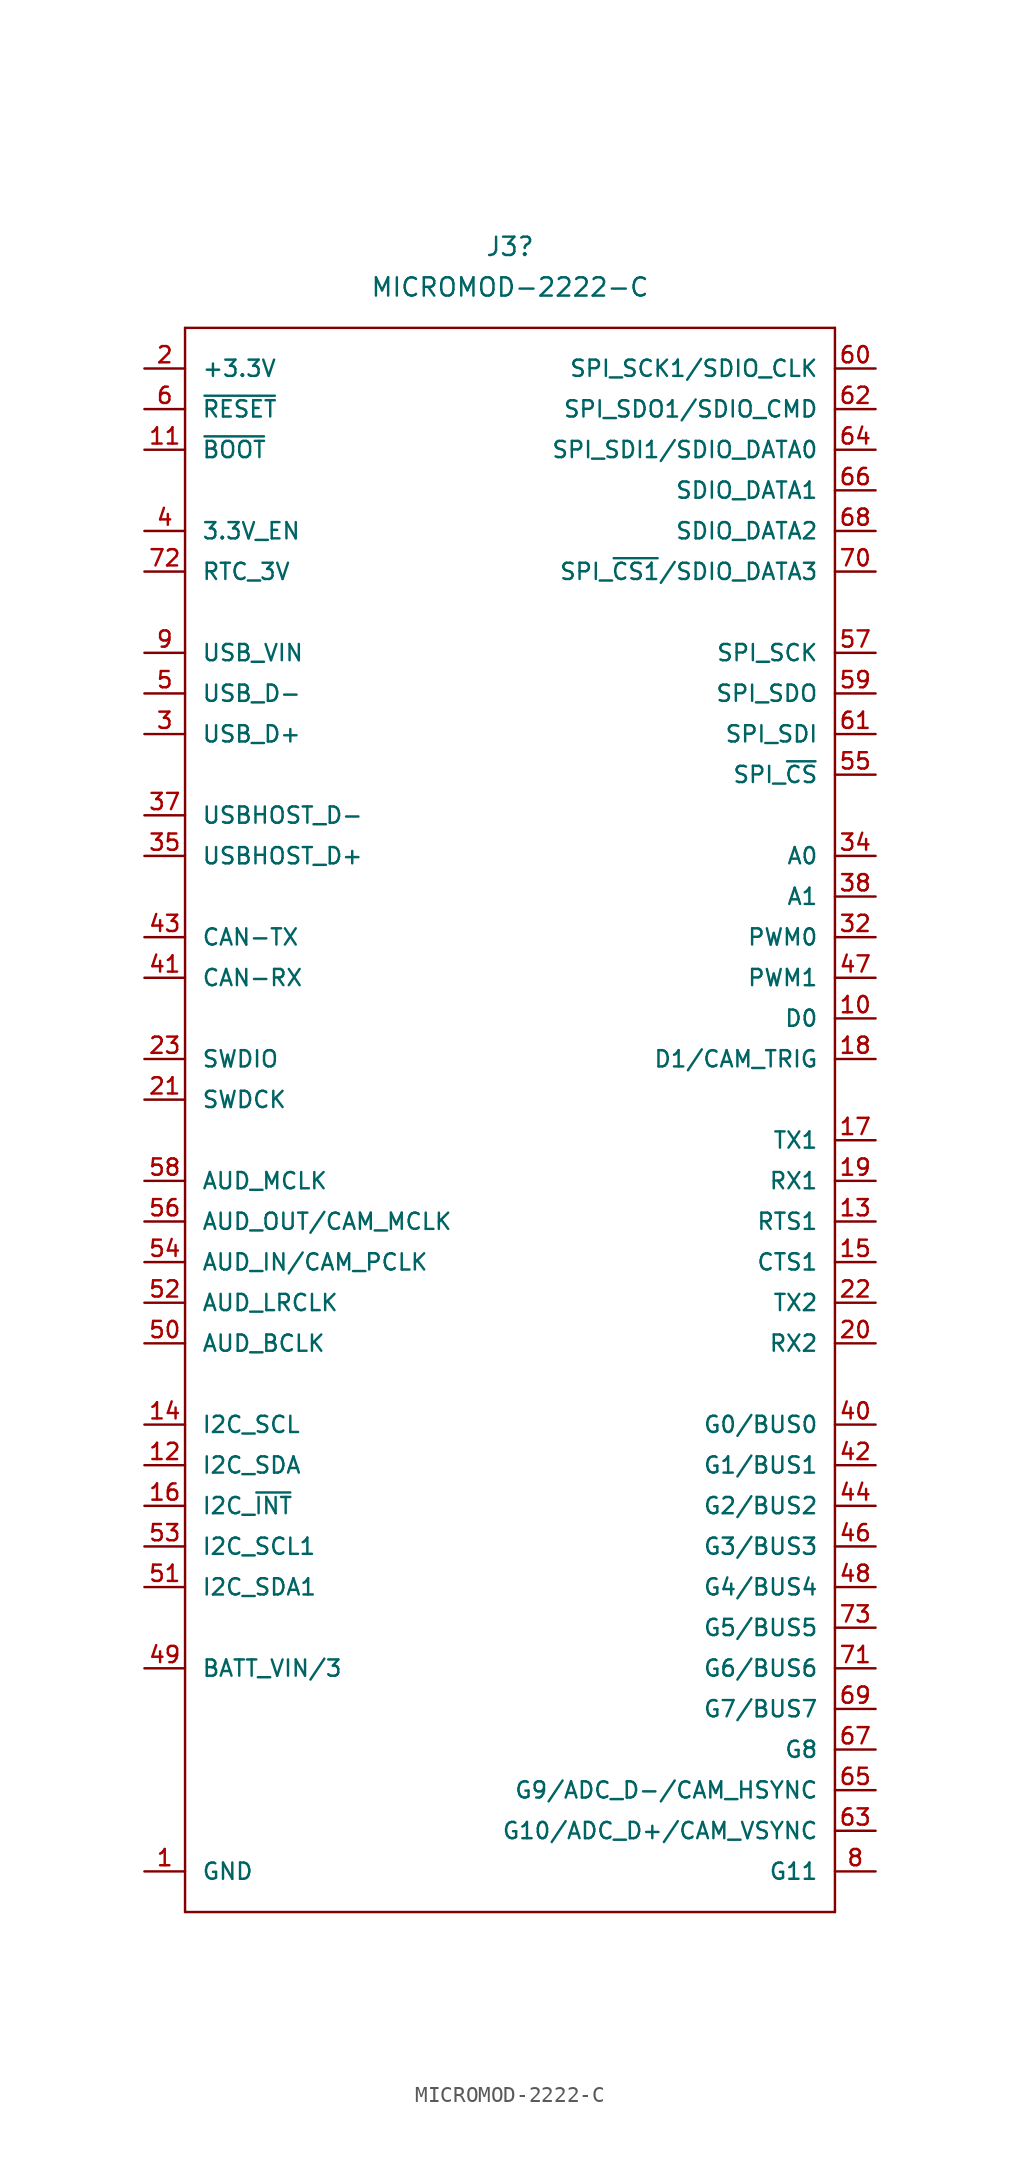
<source format=kicad_sym>
(kicad_symbol_lib
  (version 20211014)
  (generator kicad_symbol_editor)
  (symbol "MICROMOD-2222-C"
    (pin_names
      (offset 1.016))
    (property "Reference" "J3"
      (at 0 58.42 0)
      (effects (font (size 1.143 1.143))))
    (property "Value" "MICROMOD-2222-C"
      (at 0 55.88 0)
      (effects (font (size 1.143 1.143))))
    (property "ki_locked" ""
      (at 0 0 0)
      (effects (font (size 1.27 1.27))))
    (symbol "MICROMOD-2222-C_1_0"
      (polyline (pts (xy -20.32 -45.72) (xy -20.32 53.34)) (stroke (width 0) (type default) (color 0 0 0 0)) (fill (type none)))
      (polyline (pts (xy -20.32 53.34) (xy 20.32 53.34)) (stroke (width 0) (type default) (color 0 0 0 0)) (fill (type none)))
      (polyline (pts (xy 20.32 -45.72) (xy -20.32 -45.72)) (stroke (width 0) (type default) (color 0 0 0 0)) (fill (type none)))
      (polyline (pts (xy 20.32 53.34) (xy 20.32 -45.72)) (stroke (width 0) (type default) (color 0 0 0 0)) (fill (type none))))
    (symbol "MICROMOD-2222-C_1_1"
      (pin power_in line (at -22.86 -43.18 0) (length 2.54) (name "GND" (effects (font (size 1.016 1.016)))) (number "1" (effects (font (size 1.016 1.016)))))
      (pin bidirectional line (at 22.86 10.16 180) (length 2.54) (name "D0" (effects (font (size 1.016 1.016)))) (number "10" (effects (font (size 1.016 1.016)))))
      (pin bidirectional line (at -22.86 45.72 0) (length 2.54) (name "~{BOOT}" (effects (font (size 1.016 1.016)))) (number "11" (effects (font (size 1.016 1.016)))))
      (pin bidirectional line (at -22.86 -17.78 0) (length 2.54) (name "I2C_SDA" (effects (font (size 1.016 1.016)))) (number "12" (effects (font (size 1.016 1.016)))))
      (pin bidirectional line (at 22.86 -2.54 180) (length 2.54) (name "RTS1" (effects (font (size 1.016 1.016)))) (number "13" (effects (font (size 1.016 1.016)))))
      (pin bidirectional line (at -22.86 -15.24 0) (length 2.54) (name "I2C_SCL" (effects (font (size 1.016 1.016)))) (number "14" (effects (font (size 1.016 1.016)))))
      (pin bidirectional line (at 22.86 -5.08 180) (length 2.54) (name "CTS1" (effects (font (size 1.016 1.016)))) (number "15" (effects (font (size 1.016 1.016)))))
      (pin bidirectional line (at -22.86 -20.32 0) (length 2.54) (name "I2C_~{INT}" (effects (font (size 1.016 1.016)))) (number "16" (effects (font (size 1.016 1.016)))))
      (pin bidirectional line (at 22.86 2.54 180) (length 2.54) (name "TX1" (effects (font (size 1.016 1.016)))) (number "17" (effects (font (size 1.016 1.016)))))
      (pin bidirectional line (at 22.86 7.62 180) (length 2.54) (name "D1/CAM_TRIG" (effects (font (size 1.016 1.016)))) (number "18" (effects (font (size 1.016 1.016)))))
      (pin bidirectional line (at 22.86 0 180) (length 2.54) (name "RX1" (effects (font (size 1.016 1.016)))) (number "19" (effects (font (size 1.016 1.016)))))
      (pin power_in line (at -22.86 50.8 0) (length 2.54) (name "+3.3V" (effects (font (size 1.016 1.016)))) (number "2" (effects (font (size 1.016 1.016)))))
      (pin bidirectional line (at 22.86 -10.16 180) (length 2.54) (name "RX2" (effects (font (size 1.016 1.016)))) (number "20" (effects (font (size 1.016 1.016)))))
      (pin bidirectional line (at -22.86 5.08 0) (length 2.54) (name "SWDCK" (effects (font (size 1.016 1.016)))) (number "21" (effects (font (size 1.016 1.016)))))
      (pin bidirectional line (at 22.86 -7.62 180) (length 2.54) (name "TX2" (effects (font (size 1.016 1.016)))) (number "22" (effects (font (size 1.016 1.016)))))
      (pin bidirectional line (at -22.86 7.62 0) (length 2.54) (name "SWDIO" (effects (font (size 1.016 1.016)))) (number "23" (effects (font (size 1.016 1.016)))))
      (pin bidirectional line (at -22.86 27.94 0) (length 2.54) (name "USB_D+" (effects (font (size 1.016 1.016)))) (number "3" (effects (font (size 1.016 1.016)))))
      (pin bidirectional line (at 22.86 15.24 180) (length 2.54) (name "PWM0" (effects (font (size 1.016 1.016)))) (number "32" (effects (font (size 1.016 1.016)))))
      (pin power_in line (at -22.86 -43.18 0) (length 2.54) hide (name "GND" (effects (font (size 1.016 1.016)))) (number "33" (effects (font (size 1.016 1.016)))))
      (pin bidirectional line (at 22.86 20.32 180) (length 2.54) (name "A0" (effects (font (size 1.016 1.016)))) (number "34" (effects (font (size 1.016 1.016)))))
      (pin bidirectional line (at -22.86 20.32 0) (length 2.54) (name "USBHOST_D+" (effects (font (size 1.016 1.016)))) (number "35" (effects (font (size 1.016 1.016)))))
      (pin power_in line (at -22.86 -43.18 0) (length 2.54) hide (name "GND" (effects (font (size 1.016 1.016)))) (number "36" (effects (font (size 1.016 1.016)))))
      (pin bidirectional line (at -22.86 22.86 0) (length 2.54) (name "USBHOST_D-" (effects (font (size 1.016 1.016)))) (number "37" (effects (font (size 1.016 1.016)))))
      (pin bidirectional line (at 22.86 17.78 180) (length 2.54) (name "A1" (effects (font (size 1.016 1.016)))) (number "38" (effects (font (size 1.016 1.016)))))
      (pin power_in line (at -22.86 -43.18 0) (length 2.54) hide (name "GND" (effects (font (size 1.016 1.016)))) (number "39" (effects (font (size 1.016 1.016)))))
      (pin bidirectional line (at -22.86 40.64 0) (length 2.54) (name "3.3V_EN" (effects (font (size 1.016 1.016)))) (number "4" (effects (font (size 1.016 1.016)))))
      (pin bidirectional line (at 22.86 -15.24 180) (length 2.54) (name "G0/BUS0" (effects (font (size 1.016 1.016)))) (number "40" (effects (font (size 1.016 1.016)))))
      (pin bidirectional line (at -22.86 12.7 0) (length 2.54) (name "CAN-RX" (effects (font (size 1.016 1.016)))) (number "41" (effects (font (size 1.016 1.016)))))
      (pin bidirectional line (at 22.86 -17.78 180) (length 2.54) (name "G1/BUS1" (effects (font (size 1.016 1.016)))) (number "42" (effects (font (size 1.016 1.016)))))
      (pin bidirectional line (at -22.86 15.24 0) (length 2.54) (name "CAN-TX" (effects (font (size 1.016 1.016)))) (number "43" (effects (font (size 1.016 1.016)))))
      (pin bidirectional line (at 22.86 -20.32 180) (length 2.54) (name "G2/BUS2" (effects (font (size 1.016 1.016)))) (number "44" (effects (font (size 1.016 1.016)))))
      (pin power_in line (at -22.86 -43.18 0) (length 2.54) hide (name "GND" (effects (font (size 1.016 1.016)))) (number "45" (effects (font (size 1.016 1.016)))))
      (pin bidirectional line (at 22.86 -22.86 180) (length 2.54) (name "G3/BUS3" (effects (font (size 1.016 1.016)))) (number "46" (effects (font (size 1.016 1.016)))))
      (pin bidirectional line (at 22.86 12.7 180) (length 2.54) (name "PWM1" (effects (font (size 1.016 1.016)))) (number "47" (effects (font (size 1.016 1.016)))))
      (pin bidirectional line (at 22.86 -25.4 180) (length 2.54) (name "G4/BUS4" (effects (font (size 1.016 1.016)))) (number "48" (effects (font (size 1.016 1.016)))))
      (pin bidirectional line (at -22.86 -30.48 0) (length 2.54) (name "BATT_VIN/3" (effects (font (size 1.016 1.016)))) (number "49" (effects (font (size 1.016 1.016)))))
      (pin bidirectional line (at -22.86 30.48 0) (length 2.54) (name "USB_D-" (effects (font (size 1.016 1.016)))) (number "5" (effects (font (size 1.016 1.016)))))
      (pin bidirectional line (at -22.86 -10.16 0) (length 2.54) (name "AUD_BCLK" (effects (font (size 1.016 1.016)))) (number "50" (effects (font (size 1.016 1.016)))))
      (pin bidirectional line (at -22.86 -25.4 0) (length 2.54) (name "I2C_SDA1" (effects (font (size 1.016 1.016)))) (number "51" (effects (font (size 1.016 1.016)))))
      (pin bidirectional line (at -22.86 -7.62 0) (length 2.54) (name "AUD_LRCLK" (effects (font (size 1.016 1.016)))) (number "52" (effects (font (size 1.016 1.016)))))
      (pin bidirectional line (at -22.86 -22.86 0) (length 2.54) (name "I2C_SCL1" (effects (font (size 1.016 1.016)))) (number "53" (effects (font (size 1.016 1.016)))))
      (pin bidirectional line (at -22.86 -5.08 0) (length 2.54) (name "AUD_IN/CAM_PCLK" (effects (font (size 1.016 1.016)))) (number "54" (effects (font (size 1.016 1.016)))))
      (pin bidirectional line (at 22.86 25.4 180) (length 2.54) (name "SPI_~{CS}" (effects (font (size 1.016 1.016)))) (number "55" (effects (font (size 1.016 1.016)))))
      (pin bidirectional line (at -22.86 -2.54 0) (length 2.54) (name "AUD_OUT/CAM_MCLK" (effects (font (size 1.016 1.016)))) (number "56" (effects (font (size 1.016 1.016)))))
      (pin bidirectional line (at 22.86 33.02 180) (length 2.54) (name "SPI_SCK" (effects (font (size 1.016 1.016)))) (number "57" (effects (font (size 1.016 1.016)))))
      (pin bidirectional line (at -22.86 0 0) (length 2.54) (name "AUD_MCLK" (effects (font (size 1.016 1.016)))) (number "58" (effects (font (size 1.016 1.016)))))
      (pin bidirectional line (at 22.86 30.48 180) (length 2.54) (name "SPI_SDO" (effects (font (size 1.016 1.016)))) (number "59" (effects (font (size 1.016 1.016)))))
      (pin bidirectional line (at -22.86 48.26 0) (length 2.54) (name "~{RESET}" (effects (font (size 1.016 1.016)))) (number "6" (effects (font (size 1.016 1.016)))))
      (pin bidirectional line (at 22.86 50.8 180) (length 2.54) (name "SPI_SCK1/SDIO_CLK" (effects (font (size 1.016 1.016)))) (number "60" (effects (font (size 1.016 1.016)))))
      (pin bidirectional line (at 22.86 27.94 180) (length 2.54) (name "SPI_SDI" (effects (font (size 1.016 1.016)))) (number "61" (effects (font (size 1.016 1.016)))))
      (pin bidirectional line (at 22.86 48.26 180) (length 2.54) (name "SPI_SDO1/SDIO_CMD" (effects (font (size 1.016 1.016)))) (number "62" (effects (font (size 1.016 1.016)))))
      (pin bidirectional line (at 22.86 -40.64 180) (length 2.54) (name "G10/ADC_D+/CAM_VSYNC" (effects (font (size 1.016 1.016)))) (number "63" (effects (font (size 1.016 1.016)))))
      (pin bidirectional line (at 22.86 45.72 180) (length 2.54) (name "SPI_SDI1/SDIO_DATA0" (effects (font (size 1.016 1.016)))) (number "64" (effects (font (size 1.016 1.016)))))
      (pin bidirectional line (at 22.86 -38.1 180) (length 2.54) (name "G9/ADC_D-/CAM_HSYNC" (effects (font (size 1.016 1.016)))) (number "65" (effects (font (size 1.016 1.016)))))
      (pin bidirectional line (at 22.86 43.18 180) (length 2.54) (name "SDIO_DATA1" (effects (font (size 1.016 1.016)))) (number "66" (effects (font (size 1.016 1.016)))))
      (pin bidirectional line (at 22.86 -35.56 180) (length 2.54) (name "G8" (effects (font (size 1.016 1.016)))) (number "67" (effects (font (size 1.016 1.016)))))
      (pin bidirectional line (at 22.86 40.64 180) (length 2.54) (name "SDIO_DATA2" (effects (font (size 1.016 1.016)))) (number "68" (effects (font (size 1.016 1.016)))))
      (pin bidirectional line (at 22.86 -33.02 180) (length 2.54) (name "G7/BUS7" (effects (font (size 1.016 1.016)))) (number "69" (effects (font (size 1.016 1.016)))))
      (pin power_in line (at -22.86 -43.18 0) (length 2.54) hide (name "GND" (effects (font (size 1.016 1.016)))) (number "7" (effects (font (size 1.016 1.016)))))
      (pin bidirectional line (at 22.86 38.1 180) (length 2.54) (name "SPI_~{CS1}/SDIO_DATA3" (effects (font (size 1.016 1.016)))) (number "70" (effects (font (size 1.016 1.016)))))
      (pin bidirectional line (at 22.86 -30.48 180) (length 2.54) (name "G6/BUS6" (effects (font (size 1.016 1.016)))) (number "71" (effects (font (size 1.016 1.016)))))
      (pin bidirectional line (at -22.86 38.1 0) (length 2.54) (name "RTC_3V" (effects (font (size 1.016 1.016)))) (number "72" (effects (font (size 1.016 1.016)))))
      (pin bidirectional line (at 22.86 -27.94 180) (length 2.54) (name "G5/BUS5" (effects (font (size 1.016 1.016)))) (number "73" (effects (font (size 1.016 1.016)))))
      (pin power_in line (at -22.86 50.8 0) (length 2.54) hide (name "+3.3V" (effects (font (size 1.016 1.016)))) (number "74" (effects (font (size 1.016 1.016)))))
      (pin power_in line (at -22.86 -43.18 0) (length 2.54) hide (name "GND" (effects (font (size 1.016 1.016)))) (number "75" (effects (font (size 1.016 1.016)))))
      (pin bidirectional line (at 22.86 -43.18 180) (length 2.54) (name "G11" (effects (font (size 1.016 1.016)))) (number "8" (effects (font (size 1.016 1.016)))))
      (pin power_in line (at -22.86 33.02 0) (length 2.54) (name "USB_VIN" (effects (font (size 1.016 1.016)))) (number "9" (effects (font (size 1.016 1.016))))))))
</source>
